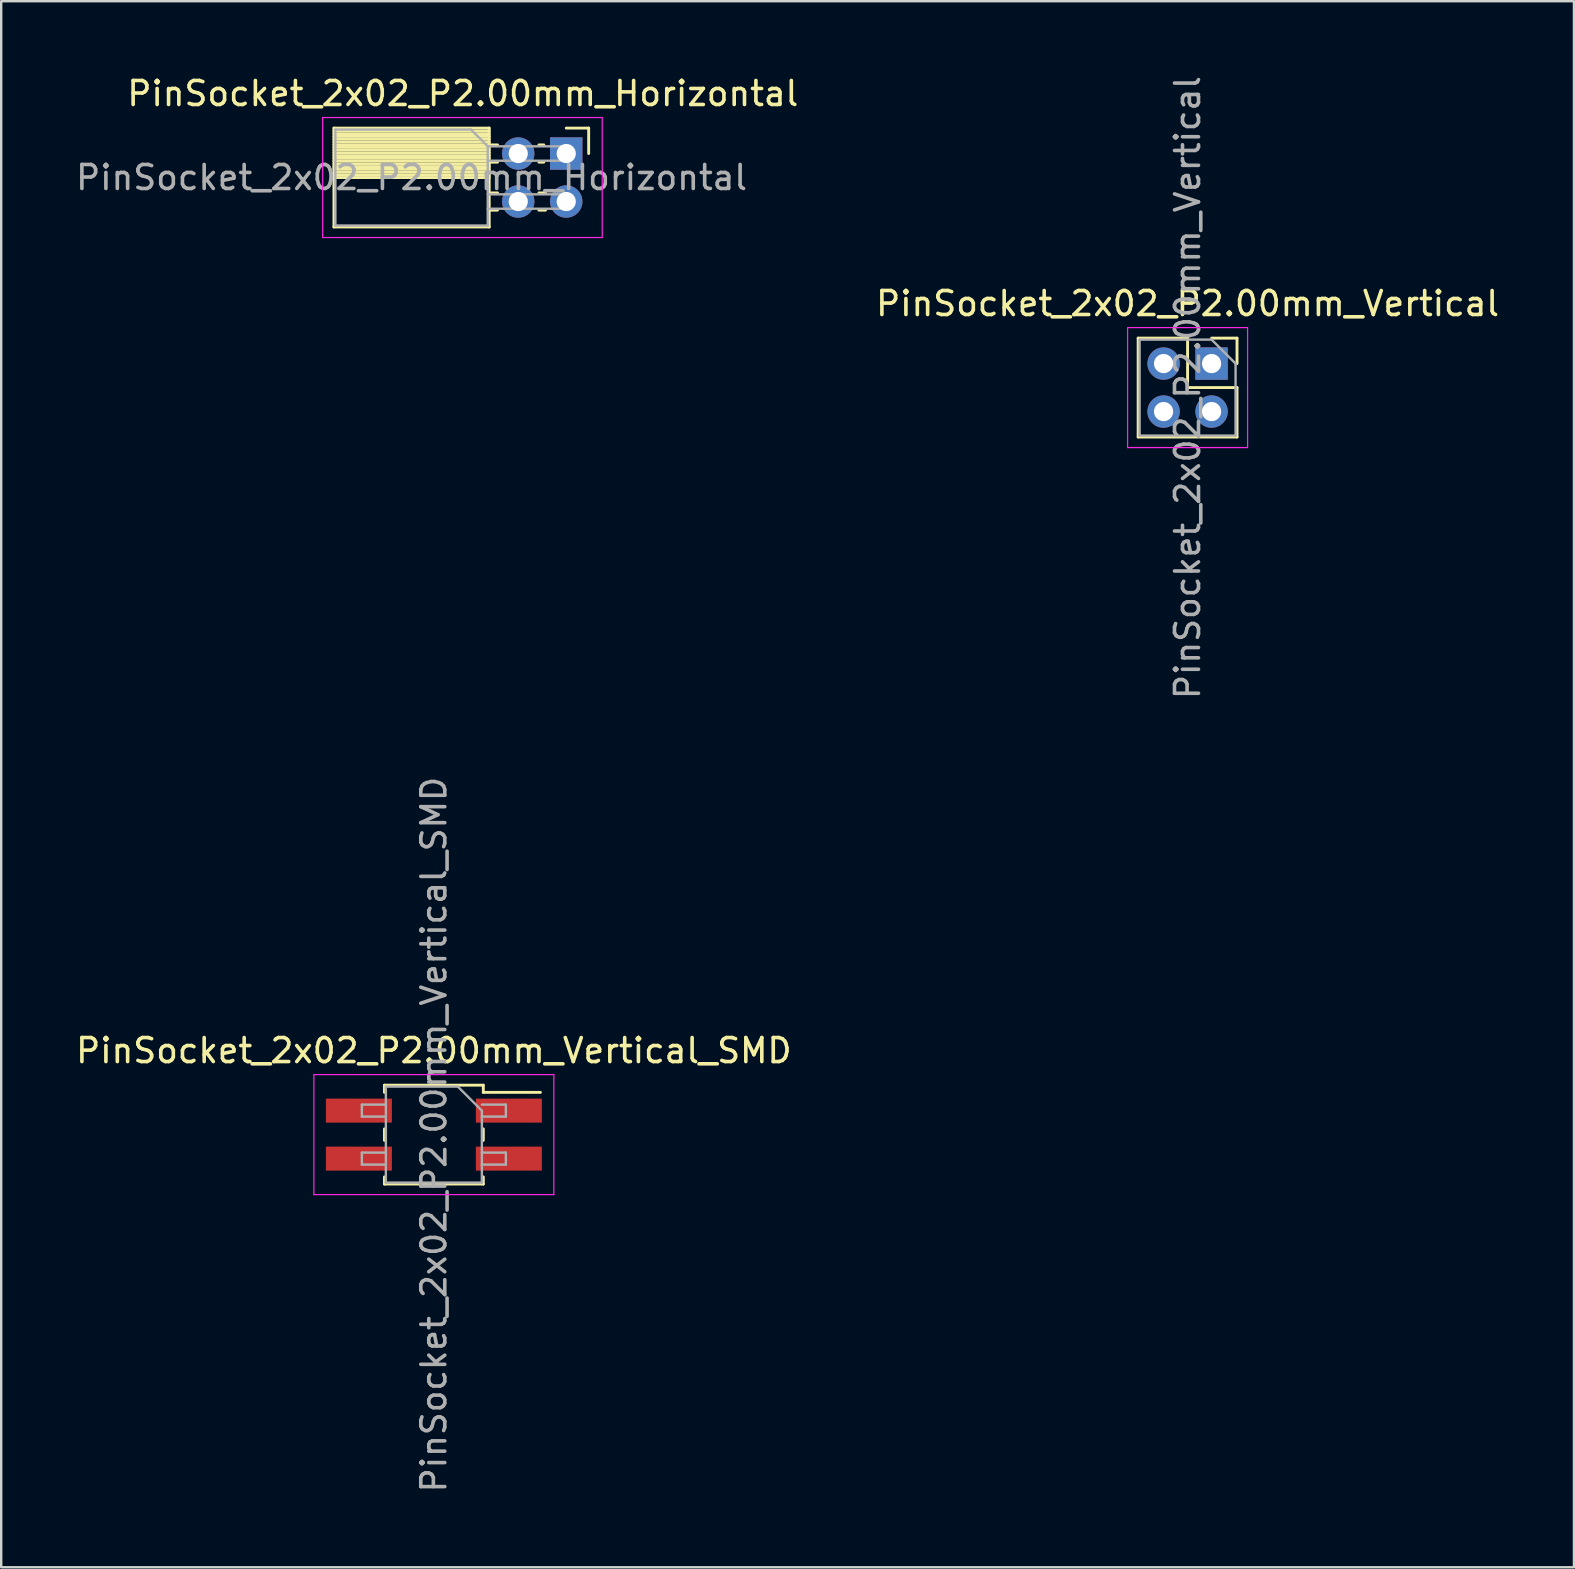
<source format=kicad_pcb>
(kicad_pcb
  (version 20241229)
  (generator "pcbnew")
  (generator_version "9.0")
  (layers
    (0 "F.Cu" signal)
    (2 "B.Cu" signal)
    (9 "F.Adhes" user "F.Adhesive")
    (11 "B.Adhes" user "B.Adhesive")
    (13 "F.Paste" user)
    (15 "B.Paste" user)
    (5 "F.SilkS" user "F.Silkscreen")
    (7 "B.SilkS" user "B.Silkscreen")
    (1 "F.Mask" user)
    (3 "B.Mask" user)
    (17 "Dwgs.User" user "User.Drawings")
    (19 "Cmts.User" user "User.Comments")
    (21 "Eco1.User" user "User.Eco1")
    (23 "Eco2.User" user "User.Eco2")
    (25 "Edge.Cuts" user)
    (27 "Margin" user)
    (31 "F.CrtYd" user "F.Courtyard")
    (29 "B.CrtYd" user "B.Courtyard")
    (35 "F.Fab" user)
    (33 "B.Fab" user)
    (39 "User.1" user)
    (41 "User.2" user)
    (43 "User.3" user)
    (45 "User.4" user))
  (footprint "PinSocket_2x02_P2.00mm_Vertical_SMD"
    (layer "F.Cu")
    (at 15.03 44.232)
    (property "Reference" "PinSocket_2x02_P2.00mm_Vertical_SMD" (at 0 -3.5 0) (layer "F.SilkS") (effects (font (size 1 1) (thickness 0.15))))
    (attr smd)
    (fp_line (start -2.06 -2.06) (end -2.06 -1.76) (stroke (width 0.12) (type solid)) (layer "F.SilkS"))
    (fp_line (start -2.06 -2.06) (end 2.06 -2.06) (stroke (width 0.12) (type solid)) (layer "F.SilkS"))
    (fp_line (start -2.06 -0.24) (end -2.06 0.24) (stroke (width 0.12) (type solid)) (layer "F.SilkS"))
    (fp_line (start -2.06 1.76) (end -2.06 2.06) (stroke (width 0.12) (type solid)) (layer "F.SilkS"))
    (fp_line (start -2.06 2.06) (end 2.06 2.06) (stroke (width 0.12) (type solid)) (layer "F.SilkS"))
    (fp_line (start 2.06 -2.06) (end 2.06 -1.76) (stroke (width 0.12) (type solid)) (layer "F.SilkS"))
    (fp_line (start 2.06 -1.76) (end 4.44 -1.76) (stroke (width 0.12) (type solid)) (layer "F.SilkS"))
    (fp_line (start 2.06 -0.24) (end 2.06 0.24) (stroke (width 0.12) (type solid)) (layer "F.SilkS"))
    (fp_line (start 2.06 1.76) (end 2.06 2.06) (stroke (width 0.12) (type solid)) (layer "F.SilkS"))
    (fp_line (start -5 -2.5) (end 5 -2.5) (stroke (width 0.05) (type solid)) (layer "F.CrtYd"))
    (fp_line (start -5 2.5) (end -5 -2.5) (stroke (width 0.05) (type solid)) (layer "F.CrtYd"))
    (fp_line (start 5 -2.5) (end 5 2.5) (stroke (width 0.05) (type solid)) (layer "F.CrtYd"))
    (fp_line (start 5 2.5) (end -5 2.5) (stroke (width 0.05) (type solid)) (layer "F.CrtYd"))
    (fp_line (start -3 -1.25) (end -2 -1.25) (stroke (width 0.1) (type solid)) (layer "F.Fab"))
    (fp_line (start -3 -0.75) (end -3 -1.25) (stroke (width 0.1) (type solid)) (layer "F.Fab"))
    (fp_line (start -3 0.75) (end -2 0.75) (stroke (width 0.1) (type solid)) (layer "F.Fab"))
    (fp_line (start -3 1.25) (end -3 0.75) (stroke (width 0.1) (type solid)) (layer "F.Fab"))
    (fp_line (start -2 -2) (end 1 -2) (stroke (width 0.1) (type solid)) (layer "F.Fab"))
    (fp_line (start -2 -0.75) (end -3 -0.75) (stroke (width 0.1) (type solid)) (layer "F.Fab"))
    (fp_line (start -2 1.25) (end -3 1.25) (stroke (width 0.1) (type solid)) (layer "F.Fab"))
    (fp_line (start -2 2) (end -2 -2) (stroke (width 0.1) (type solid)) (layer "F.Fab"))
    (fp_line (start 1 -2) (end 2 -1) (stroke (width 0.1) (type solid)) (layer "F.Fab"))
    (fp_line (start 2 -1.25) (end 3 -1.25) (stroke (width 0.1) (type solid)) (layer "F.Fab"))
    (fp_line (start 2 -1) (end 2 2) (stroke (width 0.1) (type solid)) (layer "F.Fab"))
    (fp_line (start 2 0.75) (end 3 0.75) (stroke (width 0.1) (type solid)) (layer "F.Fab"))
    (fp_line (start 2 2) (end -2 2) (stroke (width 0.1) (type solid)) (layer "F.Fab"))
    (fp_line (start 3 -1.25) (end 3 -0.75) (stroke (width 0.1) (type solid)) (layer "F.Fab"))
    (fp_line (start 3 -0.75) (end 2 -0.75) (stroke (width 0.1) (type solid)) (layer "F.Fab"))
    (fp_line (start 3 0.75) (end 3 1.25) (stroke (width 0.1) (type solid)) (layer "F.Fab"))
    (fp_line (start 3 1.25) (end 2 1.25) (stroke (width 0.1) (type solid)) (layer "F.Fab"))
    (fp_text user "${REFERENCE}" (at 0 0 90) (layer "F.Fab") (effects (font (size 1 1) (thickness 0.15))))
    (pad "1" smd rect (at 3.125 -1) (size 2.75 1) (layers "F.Cu" "F.Mask" "F.Paste"))
    (pad "2" smd rect (at -3.125 -1) (size 2.75 1) (layers "F.Cu" "F.Mask" "F.Paste"))
    (pad "3" smd rect (at 3.125 1) (size 2.75 1) (layers "F.Cu" "F.Mask" "F.Paste"))
    (pad "4" smd rect (at -3.125 1) (size 2.75 1) (layers "F.Cu" "F.Mask" "F.Paste")))
  (footprint "PinSocket_2x02_P2.00mm_Vertical"
    (layer "F.Cu")
    (at 47.439 12.101)
    (property "Reference" "PinSocket_2x02_P2.00mm_Vertical" (at -1 -2.5 0) (layer "F.SilkS") (effects (font (size 1 1) (thickness 0.15))))
    (attr through_hole)
    (fp_line (start -3.06 -1.06) (end -3.06 3.06) (stroke (width 0.12) (type solid)) (layer "F.SilkS"))
    (fp_line (start -3.06 -1.06) (end -1 -1.06) (stroke (width 0.12) (type solid)) (layer "F.SilkS"))
    (fp_line (start -3.06 3.06) (end 1.06 3.06) (stroke (width 0.12) (type solid)) (layer "F.SilkS"))
    (fp_line (start -1 -1.06) (end -1 1) (stroke (width 0.12) (type solid)) (layer "F.SilkS"))
    (fp_line (start -1 1) (end 1.06 1) (stroke (width 0.12) (type solid)) (layer "F.SilkS"))
    (fp_line (start 0 -1.06) (end 1.06 -1.06) (stroke (width 0.12) (type solid)) (layer "F.SilkS"))
    (fp_line (start 1.06 -1.06) (end 1.06 0) (stroke (width 0.12) (type solid)) (layer "F.SilkS"))
    (fp_line (start 1.06 1) (end 1.06 3.06) (stroke (width 0.12) (type solid)) (layer "F.SilkS"))
    (fp_line (start -3.5 -1.5) (end 1.5 -1.5) (stroke (width 0.05) (type solid)) (layer "F.CrtYd"))
    (fp_line (start -3.5 3.5) (end -3.5 -1.5) (stroke (width 0.05) (type solid)) (layer "F.CrtYd"))
    (fp_line (start 1.5 -1.5) (end 1.5 3.5) (stroke (width 0.05) (type solid)) (layer "F.CrtYd"))
    (fp_line (start 1.5 3.5) (end -3.5 3.5) (stroke (width 0.05) (type solid)) (layer "F.CrtYd"))
    (fp_line (start -3 -1) (end 0 -1) (stroke (width 0.1) (type solid)) (layer "F.Fab"))
    (fp_line (start -3 3) (end -3 -1) (stroke (width 0.1) (type solid)) (layer "F.Fab"))
    (fp_line (start 0 -1) (end 1 0) (stroke (width 0.1) (type solid)) (layer "F.Fab"))
    (fp_line (start 1 0) (end 1 3) (stroke (width 0.1) (type solid)) (layer "F.Fab"))
    (fp_line (start 1 3) (end -3 3) (stroke (width 0.1) (type solid)) (layer "F.Fab"))
    (fp_text user "${REFERENCE}" (at -1 1 90) (layer "F.Fab") (effects (font (size 1 1) (thickness 0.15))))
    (pad "1" thru_hole rect (at 0 0) (size 1.35 1.35) (drill 0.8) (layers "*.Cu" "*.Mask"))
    (pad "2" thru_hole oval (at -2 0) (size 1.35 1.35) (drill 0.8) (layers "*.Cu" "*.Mask"))
    (pad "3" thru_hole oval (at 0 2) (size 1.35 1.35) (drill 0.8) (layers "*.Cu" "*.Mask"))
    (pad "4" thru_hole oval (at -2 2) (size 1.35 1.35) (drill 0.8) (layers "*.Cu" "*.Mask")))
  (footprint "PinSocket_2x02_P2.00mm_Horizontal"
    (layer "F.Cu")
    (at 20.546 3.348)
    (property "Reference" "PinSocket_2x02_P2.00mm_Horizontal" (at -4.31 -2.5 0) (layer "F.SilkS") (effects (font (size 1 1) (thickness 0.15))))
    (attr through_hole)
    (fp_line (start -9.68 -1.06) (end -9.68 3.06) (stroke (width 0.12) (type solid)) (layer "F.SilkS"))
    (fp_line (start -9.68 -1.06) (end -3.21 -1.06) (stroke (width 0.12) (type solid)) (layer "F.SilkS"))
    (fp_line (start -9.68 -0.94) (end -3.21 -0.94) (stroke (width 0.12) (type solid)) (layer "F.SilkS"))
    (fp_line (start -9.68 -0.826) (end -3.21 -0.826) (stroke (width 0.12) (type solid)) (layer "F.SilkS"))
    (fp_line (start -9.68 -0.712) (end -3.21 -0.712) (stroke (width 0.12) (type solid)) (layer "F.SilkS"))
    (fp_line (start -9.68 -0.598) (end -3.21 -0.598) (stroke (width 0.12) (type solid)) (layer "F.SilkS"))
    (fp_line (start -9.68 -0.484) (end -3.21 -0.484) (stroke (width 0.12) (type solid)) (layer "F.SilkS"))
    (fp_line (start -9.68 -0.369) (end -3.21 -0.369) (stroke (width 0.12) (type solid)) (layer "F.SilkS"))
    (fp_line (start -9.68 -0.255) (end -3.21 -0.255) (stroke (width 0.12) (type solid)) (layer "F.SilkS"))
    (fp_line (start -9.68 -0.141) (end -3.21 -0.141) (stroke (width 0.12) (type solid)) (layer "F.SilkS"))
    (fp_line (start -9.68 -0.027) (end -3.21 -0.027) (stroke (width 0.12) (type solid)) (layer "F.SilkS"))
    (fp_line (start -9.68 0.087) (end -3.21 0.087) (stroke (width 0.12) (type solid)) (layer "F.SilkS"))
    (fp_line (start -9.68 0.201) (end -3.21 0.201) (stroke (width 0.12) (type solid)) (layer "F.SilkS"))
    (fp_line (start -9.68 0.315) (end -3.21 0.315) (stroke (width 0.12) (type solid)) (layer "F.SilkS"))
    (fp_line (start -9.68 0.429) (end -3.21 0.429) (stroke (width 0.12) (type solid)) (layer "F.SilkS"))
    (fp_line (start -9.68 0.544) (end -3.21 0.544) (stroke (width 0.12) (type solid)) (layer "F.SilkS"))
    (fp_line (start -9.68 0.658) (end -3.21 0.658) (stroke (width 0.12) (type solid)) (layer "F.SilkS"))
    (fp_line (start -9.68 0.772) (end -3.21 0.772) (stroke (width 0.12) (type solid)) (layer "F.SilkS"))
    (fp_line (start -9.68 0.886) (end -3.21 0.886) (stroke (width 0.12) (type solid)) (layer "F.SilkS"))
    (fp_line (start -9.68 1) (end -3.21 1) (stroke (width 0.12) (type solid)) (layer "F.SilkS"))
    (fp_line (start -9.68 3.06) (end -3.21 3.06) (stroke (width 0.12) (type solid)) (layer "F.SilkS"))
    (fp_line (start -3.21 -1.06) (end -3.21 3.06) (stroke (width 0.12) (type solid)) (layer "F.SilkS"))
    (fp_line (start -3.21 -0.36) (end -2.863 -0.36) (stroke (width 0.12) (type solid)) (layer "F.SilkS"))
    (fp_line (start -3.21 0.36) (end -2.863 0.36) (stroke (width 0.12) (type solid)) (layer "F.SilkS"))
    (fp_line (start -3.21 1.64) (end -2.863 1.64) (stroke (width 0.12) (type solid)) (layer "F.SilkS"))
    (fp_line (start -3.21 2.36) (end -2.863 2.36) (stroke (width 0.12) (type solid)) (layer "F.SilkS"))
    (fp_line (start -1.137 -0.36) (end -0.935 -0.36) (stroke (width 0.12) (type solid)) (layer "F.SilkS"))
    (fp_line (start -1.137 0.36) (end -0.935 0.36) (stroke (width 0.12) (type solid)) (layer "F.SilkS"))
    (fp_line (start -1.137 1.64) (end -0.863 1.64) (stroke (width 0.12) (type solid)) (layer "F.SilkS"))
    (fp_line (start -1.137 2.36) (end -0.863 2.36) (stroke (width 0.12) (type solid)) (layer "F.SilkS"))
    (fp_line (start 0 -1.06) (end 0.935 -1.06) (stroke (width 0.12) (type solid)) (layer "F.SilkS"))
    (fp_line (start 0.935 -1.06) (end 0.935 0) (stroke (width 0.12) (type solid)) (layer "F.SilkS"))
    (fp_line (start -10.15 -1.5) (end -10.15 3.5) (stroke (width 0.05) (type solid)) (layer "F.CrtYd"))
    (fp_line (start -10.15 3.5) (end 1.5 3.5) (stroke (width 0.05) (type solid)) (layer "F.CrtYd"))
    (fp_line (start 1.5 -1.5) (end -10.15 -1.5) (stroke (width 0.05) (type solid)) (layer "F.CrtYd"))
    (fp_line (start 1.5 3.5) (end 1.5 -1.5) (stroke (width 0.05) (type solid)) (layer "F.CrtYd"))
    (fp_line (start -9.62 -1) (end -3.97 -1) (stroke (width 0.1) (type solid)) (layer "F.Fab"))
    (fp_line (start -9.62 3) (end -9.62 -1) (stroke (width 0.1) (type solid)) (layer "F.Fab"))
    (fp_line (start -3.97 -1) (end -3.27 -0.3) (stroke (width 0.1) (type solid)) (layer "F.Fab"))
    (fp_line (start -3.27 -0.3) (end -3.27 3) (stroke (width 0.1) (type solid)) (layer "F.Fab"))
    (fp_line (start -3.27 0.3) (end 0 0.3) (stroke (width 0.1) (type solid)) (layer "F.Fab"))
    (fp_line (start -3.27 2.3) (end 0 2.3) (stroke (width 0.1) (type solid)) (layer "F.Fab"))
    (fp_line (start -3.27 3) (end -9.62 3) (stroke (width 0.1) (type solid)) (layer "F.Fab"))
    (fp_line (start 0 -0.3) (end -3.27 -0.3) (stroke (width 0.1) (type solid)) (layer "F.Fab"))
    (fp_line (start 0 0.3) (end 0 -0.3) (stroke (width 0.1) (type solid)) (layer "F.Fab"))
    (fp_line (start 0 1.7) (end -3.27 1.7) (stroke (width 0.1) (type solid)) (layer "F.Fab"))
    (fp_line (start 0 2.3) (end 0 1.7) (stroke (width 0.1) (type solid)) (layer "F.Fab"))
    (fp_text user "${REFERENCE}" (at -6.445 1 0) (layer "F.Fab") (effects (font (size 1 1) (thickness 0.15))))
    (pad "1" thru_hole rect (at 0 0) (size 1.35 1.35) (drill 0.8) (layers "*.Cu" "*.Mask"))
    (pad "2" thru_hole oval (at -2 0) (size 1.35 1.35) (drill 0.8) (layers "*.Cu" "*.Mask"))
    (pad "3" thru_hole oval (at 0 2) (size 1.35 1.35) (drill 0.8) (layers "*.Cu" "*.Mask"))
    (pad "4" thru_hole oval (at -2 2) (size 1.35 1.35) (drill 0.8) (layers "*.Cu" "*.Mask")))
  (gr_rect
    (start -3 -3)
    (end 62.54 62.262)
    (stroke (width 0.1) (type default))
    (fill no)
    (layer "Edge.Cuts")))
</source>
